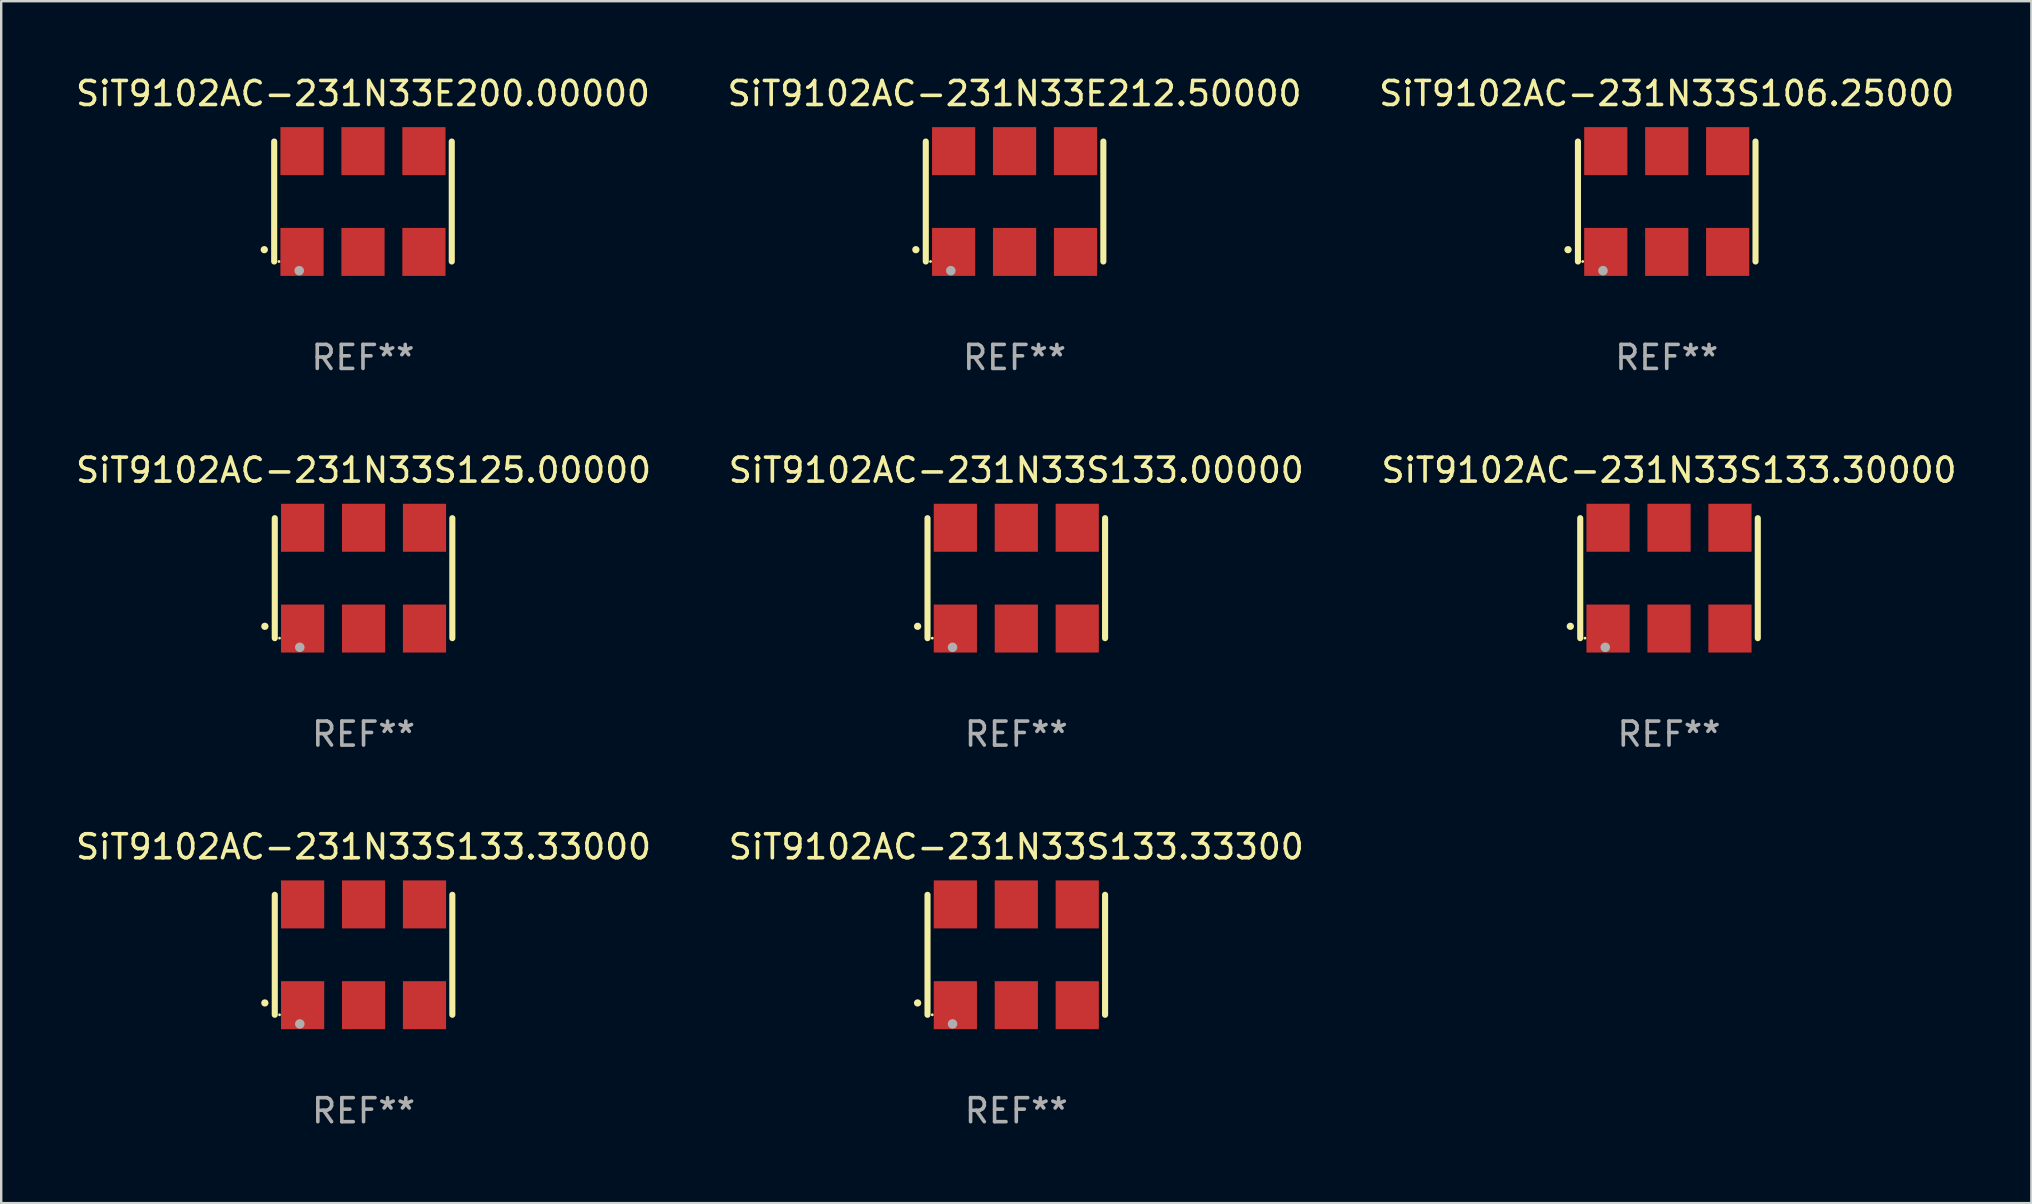
<source format=kicad_pcb>
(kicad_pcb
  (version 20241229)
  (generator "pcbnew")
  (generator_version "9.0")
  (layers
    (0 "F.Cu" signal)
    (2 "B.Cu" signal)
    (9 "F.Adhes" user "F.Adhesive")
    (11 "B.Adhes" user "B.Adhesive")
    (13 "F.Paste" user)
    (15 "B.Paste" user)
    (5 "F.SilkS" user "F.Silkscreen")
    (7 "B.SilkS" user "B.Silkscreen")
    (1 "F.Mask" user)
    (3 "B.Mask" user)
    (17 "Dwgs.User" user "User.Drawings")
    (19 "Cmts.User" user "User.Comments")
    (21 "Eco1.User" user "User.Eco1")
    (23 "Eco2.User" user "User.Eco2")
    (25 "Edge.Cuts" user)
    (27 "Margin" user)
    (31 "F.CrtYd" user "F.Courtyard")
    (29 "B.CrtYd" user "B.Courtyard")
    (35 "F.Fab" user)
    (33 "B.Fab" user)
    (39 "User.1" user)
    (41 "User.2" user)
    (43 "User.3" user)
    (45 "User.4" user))
  (footprint "SiT9102AC-231N33S133.33300"
    (layer "F.Cu")
    (at 39.304 36.741)
    (property "Reference" "SiT9102AC-231N33S133.33300" (at 0 -4.5 0) (layer "F.SilkS") (effects (font (size 1 1) (thickness 0.15))))
    (attr through_hole)
    (fp_line (start -3.7 -2.5) (end -3.7 2.5) (stroke (width 0.254) (type solid)) (layer "F.SilkS"))
    (fp_line (start 3.7 -2.5) (end 3.7 2.5) (stroke (width 0.254) (type solid)) (layer "F.SilkS"))
    (fp_arc (start -4.114415 2.006604) (mid -4.113145 2.006599) (end -4.111875 2.006604) (stroke (width 0.3) (type solid)) (layer "F.SilkS"))
    (fp_circle (center -3.502 2.5) (end -3.472 2.5) (stroke (width 0.06) (type solid)) (fill no) (layer "F.SilkS"))
    (fp_circle (center -2.657 2.882) (end -2.557 2.882) (stroke (width 0.2) (type solid)) (fill no) (layer "F.Fab"))
    (fp_text user "REF**" (at 0 6.5 0) (layer "F.Fab") (effects (font (size 1 1) (thickness 0.15))))
    (pad "1" smd rect (at -2.54 2.1) (size 1.8 2) (layers "F.Cu" "F.Mask" "F.Paste"))
    (pad "2" smd rect (at 0.000394 2.1) (size 1.8 2) (layers "F.Cu" "F.Mask" "F.Paste"))
    (pad "3" smd rect (at 2.54 2.1) (size 1.8 2) (layers "F.Cu" "F.Mask" "F.Paste"))
    (pad "4" smd rect (at 2.54 -2.1) (size 1.8 2) (layers "F.Cu" "F.Mask" "F.Paste"))
    (pad "5" smd rect (at 0.000394 -2.1) (size 1.8 2) (layers "F.Cu" "F.Mask" "F.Paste"))
    (pad "6" smd rect (at -2.54 -2.1) (size 1.8 2) (layers "F.Cu" "F.Mask" "F.Paste")))
  (footprint "SiT9102AC-231N33S133.33000"
    (layer "F.Cu")
    (at 12.101 36.741)
    (property "Reference" "SiT9102AC-231N33S133.33000" (at 0 -4.5 0) (layer "F.SilkS") (effects (font (size 1 1) (thickness 0.15))))
    (attr through_hole)
    (fp_line (start -3.7 -2.5) (end -3.7 2.5) (stroke (width 0.254) (type solid)) (layer "F.SilkS"))
    (fp_line (start 3.7 -2.5) (end 3.7 2.5) (stroke (width 0.254) (type solid)) (layer "F.SilkS"))
    (fp_arc (start -4.114415 2.006604) (mid -4.113145 2.006599) (end -4.111875 2.006604) (stroke (width 0.3) (type solid)) (layer "F.SilkS"))
    (fp_circle (center -3.502 2.5) (end -3.472 2.5) (stroke (width 0.06) (type solid)) (fill no) (layer "F.SilkS"))
    (fp_circle (center -2.657 2.882) (end -2.557 2.882) (stroke (width 0.2) (type solid)) (fill no) (layer "F.Fab"))
    (fp_text user "REF**" (at 0 6.5 0) (layer "F.Fab") (effects (font (size 1 1) (thickness 0.15))))
    (pad "1" smd rect (at -2.54 2.1) (size 1.8 2) (layers "F.Cu" "F.Mask" "F.Paste"))
    (pad "2" smd rect (at 0.000394 2.1) (size 1.8 2) (layers "F.Cu" "F.Mask" "F.Paste"))
    (pad "3" smd rect (at 2.54 2.1) (size 1.8 2) (layers "F.Cu" "F.Mask" "F.Paste"))
    (pad "4" smd rect (at 2.54 -2.1) (size 1.8 2) (layers "F.Cu" "F.Mask" "F.Paste"))
    (pad "5" smd rect (at 0.000394 -2.1) (size 1.8 2) (layers "F.Cu" "F.Mask" "F.Paste"))
    (pad "6" smd rect (at -2.54 -2.1) (size 1.8 2) (layers "F.Cu" "F.Mask" "F.Paste")))
  (footprint "SiT9102AC-231N33S106.25000"
    (layer "F.Cu")
    (at 66.411 5.348)
    (property "Reference" "SiT9102AC-231N33S106.25000" (at 0 -4.5 0) (layer "F.SilkS") (effects (font (size 1 1) (thickness 0.15))))
    (attr through_hole)
    (fp_line (start -3.7 -2.5) (end -3.7 2.5) (stroke (width 0.254) (type solid)) (layer "F.SilkS"))
    (fp_line (start 3.7 -2.5) (end 3.7 2.5) (stroke (width 0.254) (type solid)) (layer "F.SilkS"))
    (fp_arc (start -4.114415 2.006604) (mid -4.113145 2.006599) (end -4.111875 2.006604) (stroke (width 0.3) (type solid)) (layer "F.SilkS"))
    (fp_circle (center -3.502 2.5) (end -3.472 2.5) (stroke (width 0.06) (type solid)) (fill no) (layer "F.SilkS"))
    (fp_circle (center -2.657 2.882) (end -2.557 2.882) (stroke (width 0.2) (type solid)) (fill no) (layer "F.Fab"))
    (fp_text user "REF**" (at 0 6.5 0) (layer "F.Fab") (effects (font (size 1 1) (thickness 0.15))))
    (pad "1" smd rect (at -2.54 2.1) (size 1.8 2) (layers "F.Cu" "F.Mask" "F.Paste"))
    (pad "2" smd rect (at 0.000394 2.1) (size 1.8 2) (layers "F.Cu" "F.Mask" "F.Paste"))
    (pad "3" smd rect (at 2.54 2.1) (size 1.8 2) (layers "F.Cu" "F.Mask" "F.Paste"))
    (pad "4" smd rect (at 2.54 -2.1) (size 1.8 2) (layers "F.Cu" "F.Mask" "F.Paste"))
    (pad "5" smd rect (at 0.000394 -2.1) (size 1.8 2) (layers "F.Cu" "F.Mask" "F.Paste"))
    (pad "6" smd rect (at -2.54 -2.1) (size 1.8 2) (layers "F.Cu" "F.Mask" "F.Paste")))
  (footprint "SiT9102AC-231N33E212.50000"
    (layer "F.Cu")
    (at 39.232 5.348)
    (property "Reference" "SiT9102AC-231N33E212.50000" (at 0 -4.5 0) (layer "F.SilkS") (effects (font (size 1 1) (thickness 0.15))))
    (attr through_hole)
    (fp_line (start -3.7 -2.5) (end -3.7 2.5) (stroke (width 0.254) (type solid)) (layer "F.SilkS"))
    (fp_line (start 3.7 -2.5) (end 3.7 2.5) (stroke (width 0.254) (type solid)) (layer "F.SilkS"))
    (fp_arc (start -4.114415 2.006604) (mid -4.113145 2.006599) (end -4.111875 2.006604) (stroke (width 0.3) (type solid)) (layer "F.SilkS"))
    (fp_circle (center -3.502 2.5) (end -3.472 2.5) (stroke (width 0.06) (type solid)) (fill no) (layer "F.SilkS"))
    (fp_circle (center -2.657 2.882) (end -2.557 2.882) (stroke (width 0.2) (type solid)) (fill no) (layer "F.Fab"))
    (fp_text user "REF**" (at 0 6.5 0) (layer "F.Fab") (effects (font (size 1 1) (thickness 0.15))))
    (pad "1" smd rect (at -2.54 2.1) (size 1.8 2) (layers "F.Cu" "F.Mask" "F.Paste"))
    (pad "2" smd rect (at 0.000394 2.1) (size 1.8 2) (layers "F.Cu" "F.Mask" "F.Paste"))
    (pad "3" smd rect (at 2.54 2.1) (size 1.8 2) (layers "F.Cu" "F.Mask" "F.Paste"))
    (pad "4" smd rect (at 2.54 -2.1) (size 1.8 2) (layers "F.Cu" "F.Mask" "F.Paste"))
    (pad "5" smd rect (at 0.000394 -2.1) (size 1.8 2) (layers "F.Cu" "F.Mask" "F.Paste"))
    (pad "6" smd rect (at -2.54 -2.1) (size 1.8 2) (layers "F.Cu" "F.Mask" "F.Paste")))
  (footprint "SiT9102AC-231N33S125.00000"
    (layer "F.Cu")
    (at 12.101 21.045)
    (property "Reference" "SiT9102AC-231N33S125.00000" (at 0 -4.5 0) (layer "F.SilkS") (effects (font (size 1 1) (thickness 0.15))))
    (attr through_hole)
    (fp_line (start -3.7 -2.5) (end -3.7 2.5) (stroke (width 0.254) (type solid)) (layer "F.SilkS"))
    (fp_line (start 3.7 -2.5) (end 3.7 2.5) (stroke (width 0.254) (type solid)) (layer "F.SilkS"))
    (fp_arc (start -4.114415 2.006604) (mid -4.113145 2.006599) (end -4.111875 2.006604) (stroke (width 0.3) (type solid)) (layer "F.SilkS"))
    (fp_circle (center -3.502 2.5) (end -3.472 2.5) (stroke (width 0.06) (type solid)) (fill no) (layer "F.SilkS"))
    (fp_circle (center -2.657 2.882) (end -2.557 2.882) (stroke (width 0.2) (type solid)) (fill no) (layer "F.Fab"))
    (fp_text user "REF**" (at 0 6.5 0) (layer "F.Fab") (effects (font (size 1 1) (thickness 0.15))))
    (pad "1" smd rect (at -2.54 2.1) (size 1.8 2) (layers "F.Cu" "F.Mask" "F.Paste"))
    (pad "2" smd rect (at 0.000394 2.1) (size 1.8 2) (layers "F.Cu" "F.Mask" "F.Paste"))
    (pad "3" smd rect (at 2.54 2.1) (size 1.8 2) (layers "F.Cu" "F.Mask" "F.Paste"))
    (pad "4" smd rect (at 2.54 -2.1) (size 1.8 2) (layers "F.Cu" "F.Mask" "F.Paste"))
    (pad "5" smd rect (at 0.000394 -2.1) (size 1.8 2) (layers "F.Cu" "F.Mask" "F.Paste"))
    (pad "6" smd rect (at -2.54 -2.1) (size 1.8 2) (layers "F.Cu" "F.Mask" "F.Paste")))
  (footprint "SiT9102AC-231N33E200.00000"
    (layer "F.Cu")
    (at 12.077 5.348)
    (property "Reference" "SiT9102AC-231N33E200.00000" (at 0 -4.5 0) (layer "F.SilkS") (effects (font (size 1 1) (thickness 0.15))))
    (attr through_hole)
    (fp_line (start -3.7 -2.5) (end -3.7 2.5) (stroke (width 0.254) (type solid)) (layer "F.SilkS"))
    (fp_line (start 3.7 -2.5) (end 3.7 2.5) (stroke (width 0.254) (type solid)) (layer "F.SilkS"))
    (fp_arc (start -4.114415 2.006604) (mid -4.113145 2.006599) (end -4.111875 2.006604) (stroke (width 0.3) (type solid)) (layer "F.SilkS"))
    (fp_circle (center -3.502 2.5) (end -3.472 2.5) (stroke (width 0.06) (type solid)) (fill no) (layer "F.SilkS"))
    (fp_circle (center -2.657 2.882) (end -2.557 2.882) (stroke (width 0.2) (type solid)) (fill no) (layer "F.Fab"))
    (fp_text user "REF**" (at 0 6.5 0) (layer "F.Fab") (effects (font (size 1 1) (thickness 0.15))))
    (pad "1" smd rect (at -2.54 2.1) (size 1.8 2) (layers "F.Cu" "F.Mask" "F.Paste"))
    (pad "2" smd rect (at 0.000394 2.1) (size 1.8 2) (layers "F.Cu" "F.Mask" "F.Paste"))
    (pad "3" smd rect (at 2.54 2.1) (size 1.8 2) (layers "F.Cu" "F.Mask" "F.Paste"))
    (pad "4" smd rect (at 2.54 -2.1) (size 1.8 2) (layers "F.Cu" "F.Mask" "F.Paste"))
    (pad "5" smd rect (at 0.000394 -2.1) (size 1.8 2) (layers "F.Cu" "F.Mask" "F.Paste"))
    (pad "6" smd rect (at -2.54 -2.1) (size 1.8 2) (layers "F.Cu" "F.Mask" "F.Paste")))
  (footprint "SiT9102AC-231N33S133.30000"
    (layer "F.Cu")
    (at 66.506 21.045)
    (property "Reference" "SiT9102AC-231N33S133.30000" (at 0 -4.5 0) (layer "F.SilkS") (effects (font (size 1 1) (thickness 0.15))))
    (attr through_hole)
    (fp_line (start -3.7 -2.5) (end -3.7 2.5) (stroke (width 0.254) (type solid)) (layer "F.SilkS"))
    (fp_line (start 3.7 -2.5) (end 3.7 2.5) (stroke (width 0.254) (type solid)) (layer "F.SilkS"))
    (fp_arc (start -4.114415 2.006604) (mid -4.113145 2.006599) (end -4.111875 2.006604) (stroke (width 0.3) (type solid)) (layer "F.SilkS"))
    (fp_circle (center -3.502 2.5) (end -3.472 2.5) (stroke (width 0.06) (type solid)) (fill no) (layer "F.SilkS"))
    (fp_circle (center -2.657 2.882) (end -2.557 2.882) (stroke (width 0.2) (type solid)) (fill no) (layer "F.Fab"))
    (fp_text user "REF**" (at 0 6.5 0) (layer "F.Fab") (effects (font (size 1 1) (thickness 0.15))))
    (pad "1" smd rect (at -2.54 2.1) (size 1.8 2) (layers "F.Cu" "F.Mask" "F.Paste"))
    (pad "2" smd rect (at 0.000394 2.1) (size 1.8 2) (layers "F.Cu" "F.Mask" "F.Paste"))
    (pad "3" smd rect (at 2.54 2.1) (size 1.8 2) (layers "F.Cu" "F.Mask" "F.Paste"))
    (pad "4" smd rect (at 2.54 -2.1) (size 1.8 2) (layers "F.Cu" "F.Mask" "F.Paste"))
    (pad "5" smd rect (at 0.000394 -2.1) (size 1.8 2) (layers "F.Cu" "F.Mask" "F.Paste"))
    (pad "6" smd rect (at -2.54 -2.1) (size 1.8 2) (layers "F.Cu" "F.Mask" "F.Paste")))
  (footprint "SiT9102AC-231N33S133.00000"
    (layer "F.Cu")
    (at 39.304 21.045)
    (property "Reference" "SiT9102AC-231N33S133.00000" (at 0 -4.5 0) (layer "F.SilkS") (effects (font (size 1 1) (thickness 0.15))))
    (attr through_hole)
    (fp_line (start -3.7 -2.5) (end -3.7 2.5) (stroke (width 0.254) (type solid)) (layer "F.SilkS"))
    (fp_line (start 3.7 -2.5) (end 3.7 2.5) (stroke (width 0.254) (type solid)) (layer "F.SilkS"))
    (fp_arc (start -4.114415 2.006604) (mid -4.113145 2.006599) (end -4.111875 2.006604) (stroke (width 0.3) (type solid)) (layer "F.SilkS"))
    (fp_circle (center -3.502 2.5) (end -3.472 2.5) (stroke (width 0.06) (type solid)) (fill no) (layer "F.SilkS"))
    (fp_circle (center -2.657 2.882) (end -2.557 2.882) (stroke (width 0.2) (type solid)) (fill no) (layer "F.Fab"))
    (fp_text user "REF**" (at 0 6.5 0) (layer "F.Fab") (effects (font (size 1 1) (thickness 0.15))))
    (pad "1" smd rect (at -2.54 2.1) (size 1.8 2) (layers "F.Cu" "F.Mask" "F.Paste"))
    (pad "2" smd rect (at 0.000394 2.1) (size 1.8 2) (layers "F.Cu" "F.Mask" "F.Paste"))
    (pad "3" smd rect (at 2.54 2.1) (size 1.8 2) (layers "F.Cu" "F.Mask" "F.Paste"))
    (pad "4" smd rect (at 2.54 -2.1) (size 1.8 2) (layers "F.Cu" "F.Mask" "F.Paste"))
    (pad "5" smd rect (at 0.000394 -2.1) (size 1.8 2) (layers "F.Cu" "F.Mask" "F.Paste"))
    (pad "6" smd rect (at -2.54 -2.1) (size 1.8 2) (layers "F.Cu" "F.Mask" "F.Paste")))
  (gr_rect
    (start -3 -3)
    (end 81.607 47.09)
    (stroke (width 0.1) (type default))
    (fill no)
    (layer "Edge.Cuts")))
</source>
